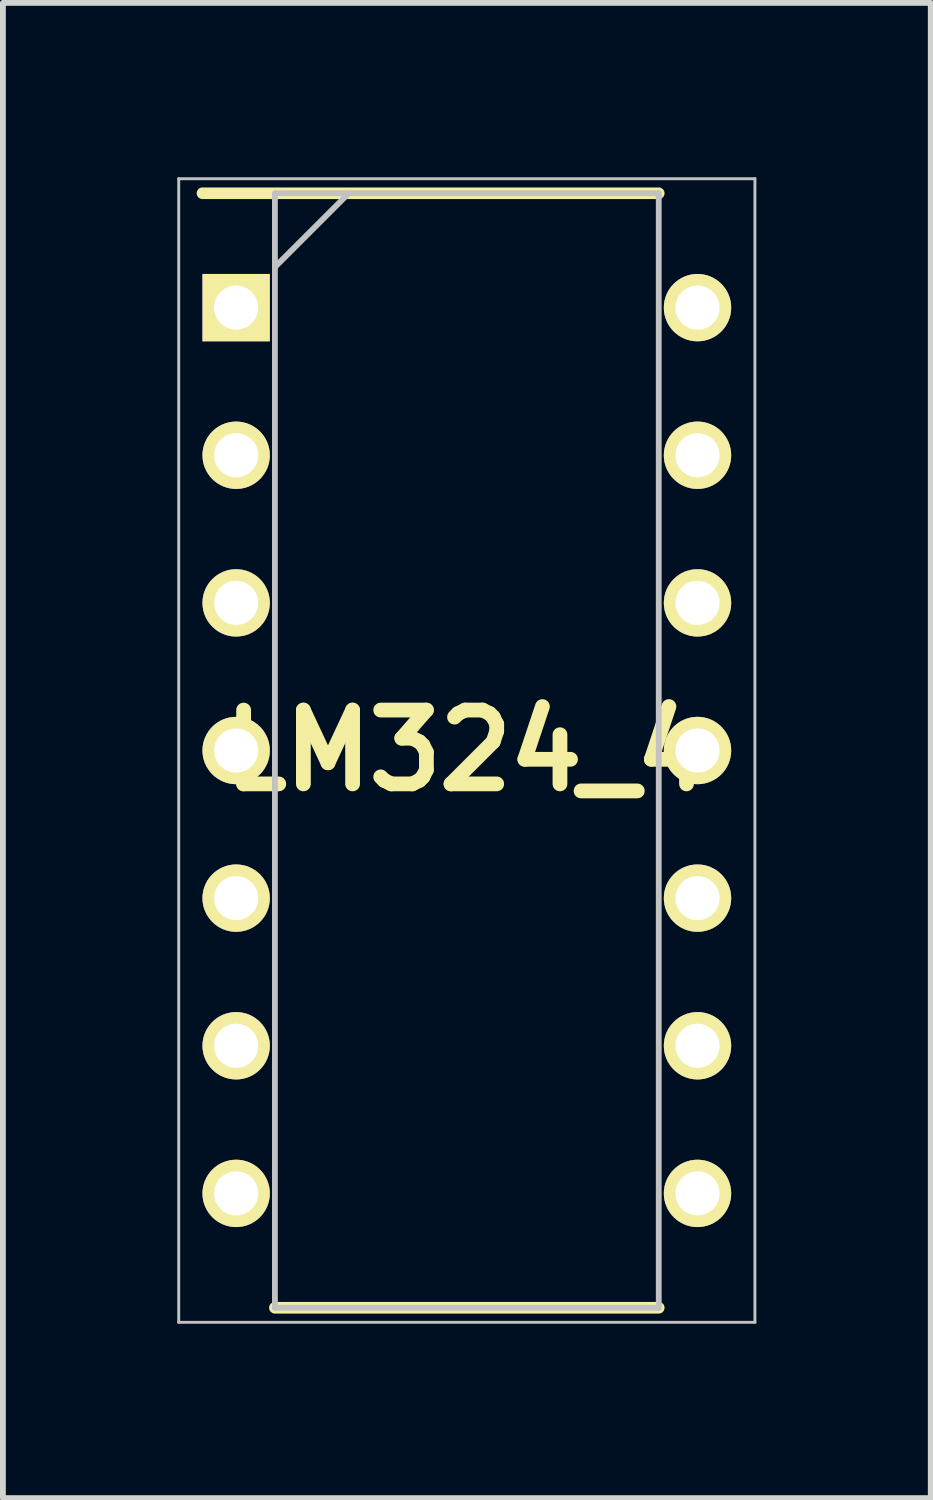
<source format=kicad_pcb>
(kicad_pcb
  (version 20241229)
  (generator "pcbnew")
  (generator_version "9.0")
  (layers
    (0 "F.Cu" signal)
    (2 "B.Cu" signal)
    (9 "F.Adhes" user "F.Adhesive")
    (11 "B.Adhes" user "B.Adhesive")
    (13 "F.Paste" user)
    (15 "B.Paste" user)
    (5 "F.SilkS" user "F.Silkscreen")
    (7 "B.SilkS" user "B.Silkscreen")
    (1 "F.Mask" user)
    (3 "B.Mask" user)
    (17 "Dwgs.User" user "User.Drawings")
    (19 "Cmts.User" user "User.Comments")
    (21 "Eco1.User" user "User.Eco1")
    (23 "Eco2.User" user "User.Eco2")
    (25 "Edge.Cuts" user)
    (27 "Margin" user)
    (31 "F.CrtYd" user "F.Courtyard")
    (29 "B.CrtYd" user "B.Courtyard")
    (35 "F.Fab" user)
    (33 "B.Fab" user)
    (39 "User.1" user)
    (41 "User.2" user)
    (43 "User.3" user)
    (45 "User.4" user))
  (footprint "LM324_4"
    (layer "F.Cu")
    (at 4.982 9.863)
    (property "Reference" "LM324_4" (at 0 0 0) (layer "F.SilkS") (effects (font (size 1.27 1.27) (thickness 0.254))))
    (attr through_hole exclude_from_pos_files)
    (fp_line (start -4.548 -9.588) (end 3.302 -9.588) (stroke (width 0.2) (type solid)) (layer "F.SilkS"))
    (fp_line (start -3.302 9.588) (end 3.302 9.588) (stroke (width 0.2) (type solid)) (layer "F.SilkS"))
    (fp_line (start -4.957 -9.838) (end 4.957 -9.838) (stroke (width 0.05) (type solid)) (layer "Dwgs.User"))
    (fp_line (start -4.957 9.838) (end -4.957 -9.838) (stroke (width 0.05) (type solid)) (layer "Dwgs.User"))
    (fp_line (start -3.302 -9.588) (end 3.302 -9.588) (stroke (width 0.1) (type solid)) (layer "Dwgs.User"))
    (fp_line (start -3.302 -8.318) (end -2.032 -9.588) (stroke (width 0.1) (type solid)) (layer "Dwgs.User"))
    (fp_line (start -3.302 9.588) (end -3.302 -9.588) (stroke (width 0.1) (type solid)) (layer "Dwgs.User"))
    (fp_line (start 3.302 -9.588) (end 3.302 9.588) (stroke (width 0.1) (type solid)) (layer "Dwgs.User"))
    (fp_line (start 3.302 9.588) (end -3.302 9.588) (stroke (width 0.1) (type solid)) (layer "Dwgs.User"))
    (fp_line (start 4.957 -9.838) (end 4.957 9.838) (stroke (width 0.05) (type solid)) (layer "Dwgs.User"))
    (fp_line (start 4.957 9.838) (end -4.957 9.838) (stroke (width 0.05) (type solid)) (layer "Dwgs.User"))
    (pad "1" thru_hole rect (at -3.969 -7.62 90) (size 1.159 1.159) (drill 0.759) (layers "*.Cu" "*.Mask" "F.SilkS"))
    (pad "2" thru_hole circle (at -3.969 -5.08 90) (size 1.159 1.159) (drill 0.759) (layers "*.Cu" "*.Mask" "F.SilkS"))
    (pad "3" thru_hole circle (at -3.969 -2.54 90) (size 1.159 1.159) (drill 0.759) (layers "*.Cu" "*.Mask" "F.SilkS"))
    (pad "4" thru_hole circle (at -3.969 0 90) (size 1.159 1.159) (drill 0.759) (layers "*.Cu" "*.Mask" "F.SilkS"))
    (pad "5" thru_hole circle (at -3.969 2.54 90) (size 1.159 1.159) (drill 0.759) (layers "*.Cu" "*.Mask" "F.SilkS"))
    (pad "6" thru_hole circle (at -3.969 5.08 90) (size 1.159 1.159) (drill 0.759) (layers "*.Cu" "*.Mask" "F.SilkS"))
    (pad "7" thru_hole circle (at -3.969 7.62 90) (size 1.159 1.159) (drill 0.759) (layers "*.Cu" "*.Mask" "F.SilkS"))
    (pad "8" thru_hole circle (at 3.969 7.62 90) (size 1.159 1.159) (drill 0.759) (layers "*.Cu" "*.Mask" "F.SilkS"))
    (pad "9" thru_hole circle (at 3.969 5.08 90) (size 1.159 1.159) (drill 0.759) (layers "*.Cu" "*.Mask" "F.SilkS"))
    (pad "10" thru_hole circle (at 3.969 2.54 90) (size 1.159 1.159) (drill 0.759) (layers "*.Cu" "*.Mask" "F.SilkS"))
    (pad "11" thru_hole circle (at 3.969 0 90) (size 1.159 1.159) (drill 0.759) (layers "*.Cu" "*.Mask" "F.SilkS"))
    (pad "12" thru_hole circle (at 3.969 -2.54 90) (size 1.159 1.159) (drill 0.759) (layers "*.Cu" "*.Mask" "F.SilkS"))
    (pad "13" thru_hole circle (at 3.969 -5.08 90) (size 1.159 1.159) (drill 0.759) (layers "*.Cu" "*.Mask" "F.SilkS"))
    (pad "14" thru_hole circle (at 3.969 -7.62 90) (size 1.159 1.159) (drill 0.759) (layers "*.Cu" "*.Mask" "F.SilkS")))
  (gr_rect
    (start -3 -3)
    (end 12.964 22.726)
    (stroke (width 0.1) (type default))
    (fill no)
    (layer "Edge.Cuts")))
</source>
